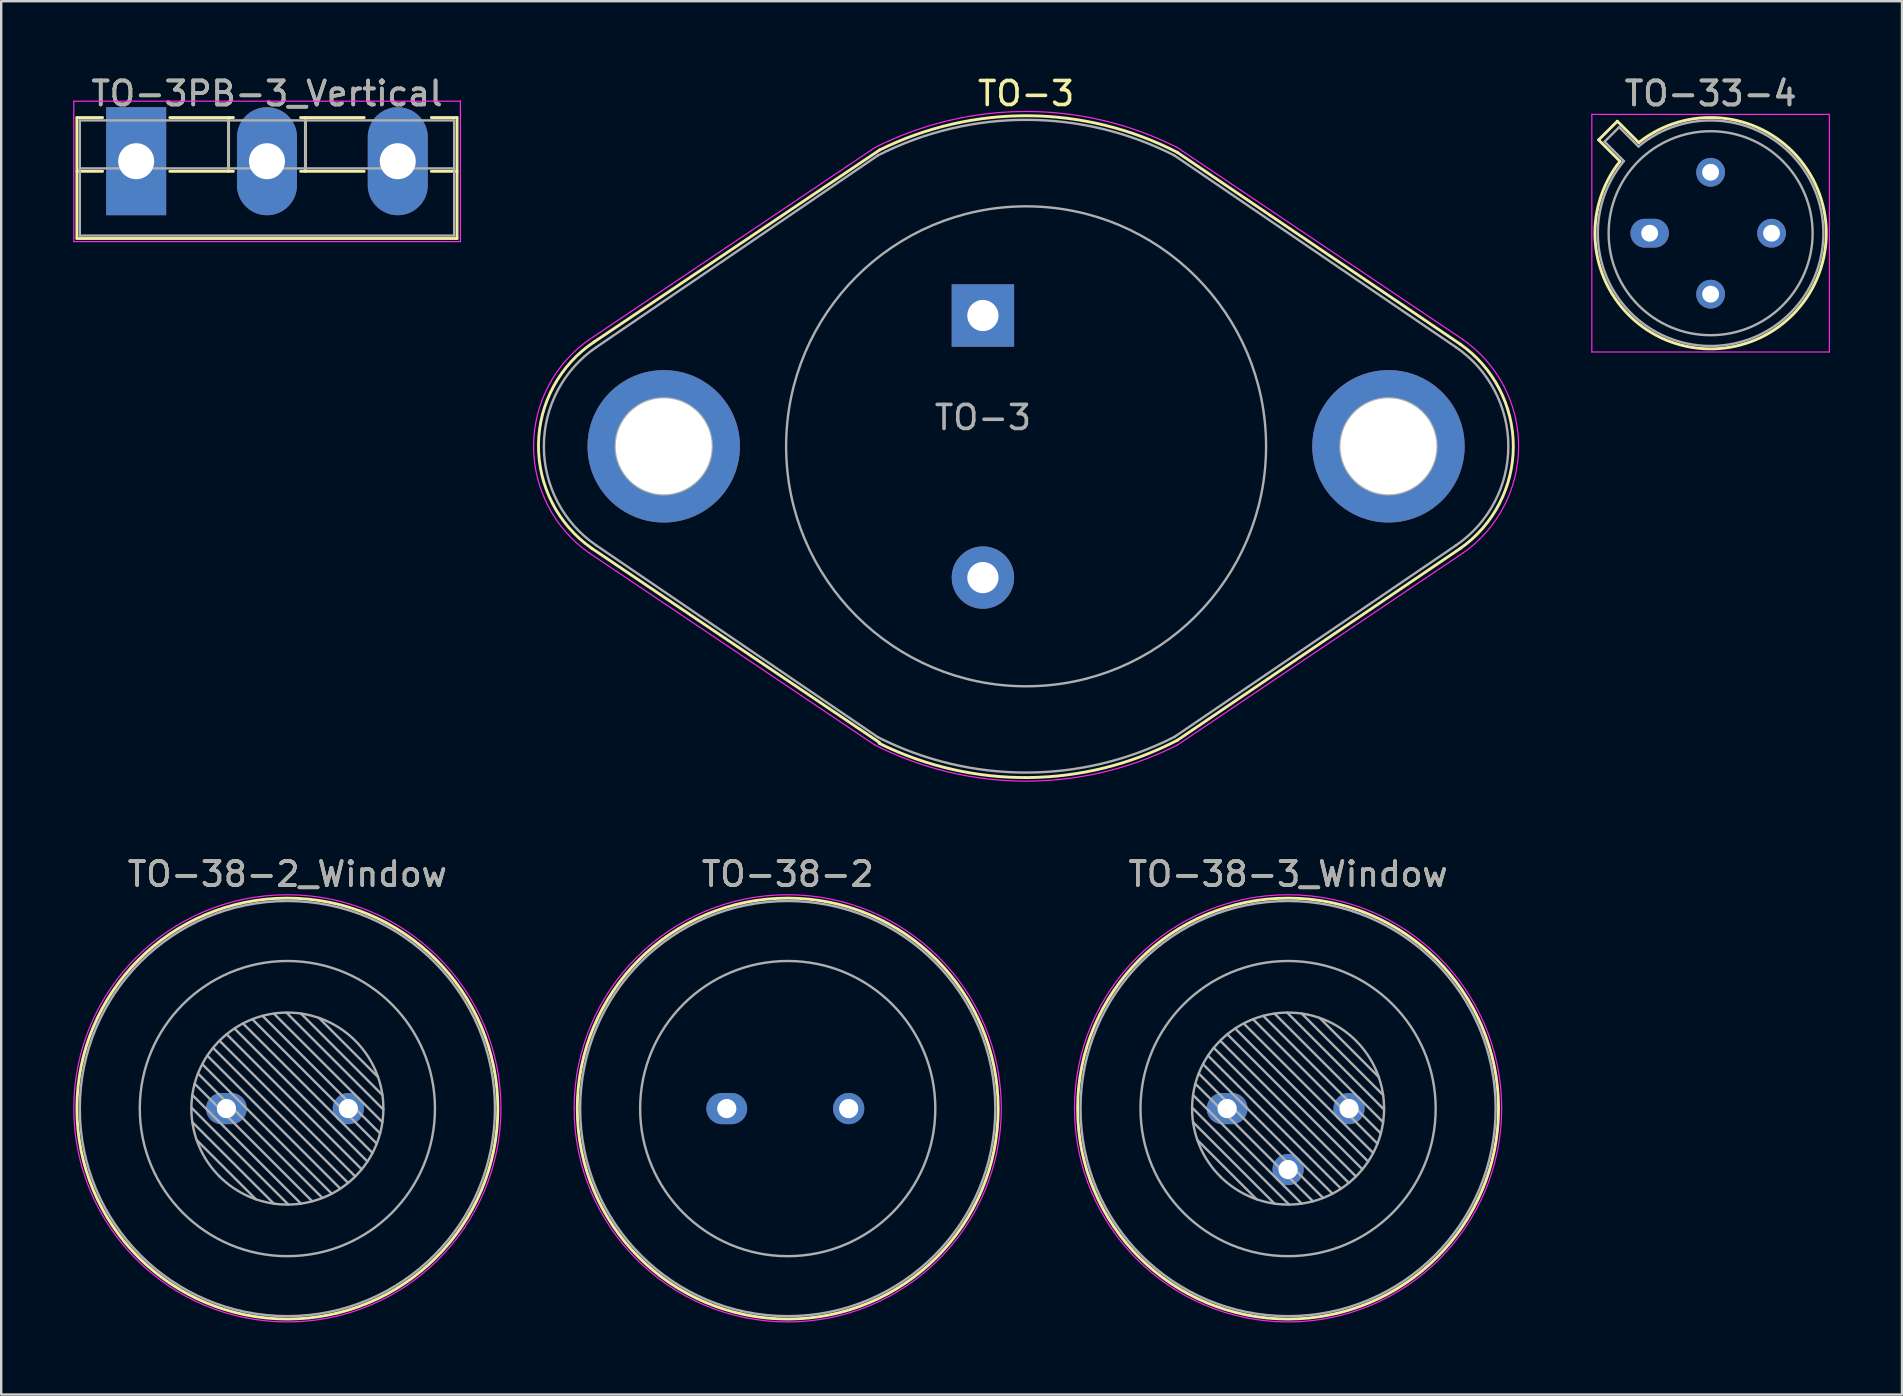
<source format=kicad_pcb>
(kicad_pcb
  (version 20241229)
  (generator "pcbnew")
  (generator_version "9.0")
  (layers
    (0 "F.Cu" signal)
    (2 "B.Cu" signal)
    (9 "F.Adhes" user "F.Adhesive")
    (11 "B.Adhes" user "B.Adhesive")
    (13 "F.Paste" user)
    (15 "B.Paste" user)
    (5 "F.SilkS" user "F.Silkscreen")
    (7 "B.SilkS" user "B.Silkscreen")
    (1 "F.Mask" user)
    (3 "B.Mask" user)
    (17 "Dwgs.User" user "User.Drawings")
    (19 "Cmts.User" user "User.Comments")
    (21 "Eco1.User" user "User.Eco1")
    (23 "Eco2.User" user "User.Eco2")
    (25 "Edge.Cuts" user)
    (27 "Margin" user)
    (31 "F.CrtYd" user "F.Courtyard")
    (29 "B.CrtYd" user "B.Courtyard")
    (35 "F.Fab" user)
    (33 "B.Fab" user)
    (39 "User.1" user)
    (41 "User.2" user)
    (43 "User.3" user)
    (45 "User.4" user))
  (footprint "TO-3"
    (layer "F.Cu")
    (at 37.908 10.098)
    (property "Reference" "TO-3" (at 1.8 -9.25 0) (layer "F.SilkS") (effects (font (size 1 1) (thickness 0.15))))
    (attr through_hole)
    (fp_line (start -4.3 -6.9) (end -16.2 1.1) (stroke (width 0.12) (type solid)) (layer "F.SilkS"))
    (fp_line (start -4.3 17.8) (end -16.3 9.7) (stroke (width 0.12) (type solid)) (layer "F.SilkS"))
    (fp_line (start 8.1 -6.8) (end 19.9 1.2) (stroke (width 0.12) (type solid)) (layer "F.SilkS"))
    (fp_line (start 8.1 17.7) (end 19.9 9.7) (stroke (width 0.12) (type solid)) (layer "F.SilkS"))
    (fp_arc (start -16.3 9.7) (mid -18.519226 5.373613) (end -16.2 1.1) (stroke (width 0.12) (type solid)) (layer "F.SilkS"))
    (fp_arc (start -4.3 -6.9) (mid 1.911888 -8.324079) (end 8.1 -6.8) (stroke (width 0.12) (type solid)) (layer "F.SilkS"))
    (fp_arc (start 8.1 17.7) (mid 1.90661 19.252956) (end -4.325 17.825) (stroke (width 0.12) (type solid)) (layer "F.SilkS"))
    (fp_arc (start 19.9 1.2) (mid 22.102158 5.45) (end 19.9 9.7) (stroke (width 0.12) (type solid)) (layer "F.SilkS"))
    (fp_line (start -4.5 -7) (end -16.4 1) (stroke (width 0.05) (type solid)) (layer "F.CrtYd"))
    (fp_line (start -4.5 17.9) (end -16.4 9.9) (stroke (width 0.05) (type solid)) (layer "F.CrtYd"))
    (fp_line (start 8.1 -7) (end 20 1) (stroke (width 0.05) (type solid)) (layer "F.CrtYd"))
    (fp_line (start 8.1 17.9) (end 20 9.9) (stroke (width 0.05) (type solid)) (layer "F.CrtYd"))
    (fp_arc (start -16.4 9.9) (mid -18.723326 5.45) (end -16.4 1) (stroke (width 0.05) (type solid)) (layer "F.CrtYd"))
    (fp_arc (start -4.5 -7) (mid 1.8 -8.503225) (end 8.1 -7) (stroke (width 0.05) (type solid)) (layer "F.CrtYd"))
    (fp_arc (start 8.1 17.9) (mid 1.8 19.403223) (end -4.5 17.9) (stroke (width 0.05) (type solid)) (layer "F.CrtYd"))
    (fp_arc (start 20 1) (mid 22.323325 5.45) (end 20 9.9) (stroke (width 0.05) (type solid)) (layer "F.CrtYd"))
    (fp_line (start -4.38 -6.67) (end -16.11 1.32) (stroke (width 0.1) (type solid)) (layer "F.Fab"))
    (fp_line (start -4.38 17.57) (end -16.11 9.58) (stroke (width 0.1) (type solid)) (layer "F.Fab"))
    (fp_line (start 7.98 -6.67) (end 19.71 1.32) (stroke (width 0.1) (type solid)) (layer "F.Fab"))
    (fp_line (start 7.98 17.56) (end 19.71 9.58) (stroke (width 0.1) (type solid)) (layer "F.Fab"))
    (fp_arc (start -16.11 9.58) (mid -18.295292 5.45) (end -16.11 1.32) (stroke (width 0.1) (type solid)) (layer "F.Fab"))
    (fp_arc (start -4.38 -6.67) (mid 1.8 -8.154661) (end 7.98 -6.67) (stroke (width 0.1) (type solid)) (layer "F.Fab"))
    (fp_arc (start 7.98 17.56) (mid 1.801197 19.045069) (end -4.38 17.57) (stroke (width 0.1) (type solid)) (layer "F.Fab"))
    (fp_arc (start 19.71 1.32) (mid 21.895289 5.45) (end 19.71 9.58) (stroke (width 0.1) (type solid)) (layer "F.Fab"))
    (fp_circle (center -13.3 5.45) (end -15.3 5.45) (stroke (width 0.1) (type solid)) (fill no) (layer "F.Fab"))
    (fp_circle (center 1.8 5.45) (end 11.8 5.45) (stroke (width 0.1) (type solid)) (fill no) (layer "F.Fab"))
    (fp_circle (center 16.9 5.45) (end 18.9 5.45) (stroke (width 0.1) (type solid)) (fill no) (layer "F.Fab"))
    (fp_text user "${REFERENCE}" (at 0 4.25 0) (layer "F.Fab") (effects (font (size 1 1) (thickness 0.15))))
    (pad "1" thru_hole rect (at 0 0) (size 2.6 2.6) (drill 1.3) (layers "*.Cu" "*.Mask"))
    (pad "2" thru_hole circle (at 0 10.92) (size 2.6 2.6) (drill 1.3) (layers "*.Cu" "*.Mask"))
    (pad "3" thru_hole circle (at -13.3 5.45) (size 6.35 6.35) (drill 4) (layers "*.Cu" "*.Mask"))
    (pad "3" thru_hole circle (at 16.9 5.45) (size 6.35 6.35) (drill 4) (layers "*.Cu" "*.Mask")))
  (footprint "TO-38-3_Window"
    (layer "F.Cu")
    (at 48.085 43.145)
    (property "Reference" "TO-38-3_Window" (at 2.54 -9.77 0) (layer "F.SilkS") (effects (font (size 1 1) (thickness 0.15))))
    (attr through_hole)
    (fp_circle (center 2.54 0) (end 11.31 0) (stroke (width 0.12) (type solid)) (fill no) (layer "F.SilkS"))
    (fp_circle (center 2.54 -0.01) (end 11.44 -0.01) (stroke (width 0.05) (type solid)) (fill no) (layer "F.CrtYd"))
    (fp_line (start -1.46 -0.041) (end 2.581 4) (stroke (width 0.1) (type solid)) (layer "F.Fab"))
    (fp_line (start -1.42 -0.566) (end 3.106 3.96) (stroke (width 0.1) (type solid)) (layer "F.Fab"))
    (fp_line (start -1.42 0.566) (end 1.974 3.96) (stroke (width 0.1) (type solid)) (layer "F.Fab"))
    (fp_line (start -1.324 -1.036) (end 3.576 3.864) (stroke (width 0.1) (type solid)) (layer "F.Fab"))
    (fp_line (start -1.239 1.313) (end 1.227 3.779) (stroke (width 0.1) (type solid)) (layer "F.Fab"))
    (fp_line (start -1.184 -1.461) (end 4.001 3.724) (stroke (width 0.1) (type solid)) (layer "F.Fab"))
    (fp_line (start -1.007 -1.85) (end 4.39 3.547) (stroke (width 0.1) (type solid)) (layer "F.Fab"))
    (fp_line (start -0.797 -2.206) (end 4.746 3.337) (stroke (width 0.1) (type solid)) (layer "F.Fab"))
    (fp_line (start -0.558 -2.532) (end 5.072 3.098) (stroke (width 0.1) (type solid)) (layer "F.Fab"))
    (fp_line (start -0.289 -2.829) (end 5.369 2.829) (stroke (width 0.1) (type solid)) (layer "F.Fab"))
    (fp_line (start -0.289 2.829) (end -0.289 2.829) (stroke (width 0.1) (type solid)) (layer "F.Fab"))
    (fp_line (start 0.008 -3.098) (end 5.638 2.532) (stroke (width 0.1) (type solid)) (layer "F.Fab"))
    (fp_line (start 0.334 -3.337) (end 5.877 2.206) (stroke (width 0.1) (type solid)) (layer "F.Fab"))
    (fp_line (start 0.69 -3.547) (end 6.087 1.85) (stroke (width 0.1) (type solid)) (layer "F.Fab"))
    (fp_line (start 1.079 -3.724) (end 6.264 1.461) (stroke (width 0.1) (type solid)) (layer "F.Fab"))
    (fp_line (start 1.504 -3.864) (end 6.404 1.036) (stroke (width 0.1) (type solid)) (layer "F.Fab"))
    (fp_line (start 1.974 -3.96) (end 6.5 0.566) (stroke (width 0.1) (type solid)) (layer "F.Fab"))
    (fp_line (start 2.499 -4) (end 6.54 0.041) (stroke (width 0.1) (type solid)) (layer "F.Fab"))
    (fp_line (start 3.106 -3.96) (end 6.5 -0.566) (stroke (width 0.1) (type solid)) (layer "F.Fab"))
    (fp_line (start 3.853 -3.779) (end 6.319 -1.313) (stroke (width 0.1) (type solid)) (layer "F.Fab"))
    (fp_circle (center 2.54 0) (end 6.54 0) (stroke (width 0.1) (type solid)) (fill no) (layer "F.Fab"))
    (fp_circle (center 2.54 0) (end 8.69 0) (stroke (width 0.1) (type solid)) (fill no) (layer "F.Fab"))
    (fp_circle (center 2.54 0) (end 11.19 0) (stroke (width 0.1) (type solid)) (fill no) (layer "F.Fab"))
    (fp_text user "${REFERENCE}" (at 2.54 -9.77 0) (layer "F.Fab") (effects (font (size 1 1) (thickness 0.15))))
    (pad "1" thru_hole oval (at 0 0) (size 1.7 1.3) (drill 0.8) (layers "*.Cu" "*.Mask"))
    (pad "2" thru_hole oval (at 2.54 2.54) (size 1.3 1.3) (drill 0.8) (layers "*.Cu" "*.Mask"))
    (pad "3" thru_hole oval (at 5.08 0) (size 1.3 1.3) (drill 0.8) (layers "*.Cu" "*.Mask")))
  (footprint "TO-38-2"
    (layer "F.Cu")
    (at 27.235 43.145)
    (property "Reference" "TO-38-2" (at 2.54 -9.77 0) (layer "F.SilkS") (effects (font (size 1 1) (thickness 0.15))))
    (attr through_hole)
    (fp_circle (center 2.54 0) (end 11.31 0) (stroke (width 0.12) (type solid)) (fill no) (layer "F.SilkS"))
    (fp_circle (center 2.54 -0.01) (end 11.44 -0.01) (stroke (width 0.05) (type solid)) (fill no) (layer "F.CrtYd"))
    (fp_circle (center 2.54 0) (end 8.69 0) (stroke (width 0.1) (type solid)) (fill no) (layer "F.Fab"))
    (fp_circle (center 2.54 0) (end 11.19 0) (stroke (width 0.1) (type solid)) (fill no) (layer "F.Fab"))
    (fp_text user "${REFERENCE}" (at 2.54 -9.77 0) (layer "F.Fab") (effects (font (size 1 1) (thickness 0.15))))
    (pad "1" thru_hole oval (at 0 0) (size 1.7 1.3) (drill 0.8) (layers "*.Cu" "*.Mask"))
    (pad "2" thru_hole oval (at 5.08 0) (size 1.3 1.3) (drill 0.8) (layers "*.Cu" "*.Mask")))
  (footprint "TO-33-4"
    (layer "F.Cu")
    (at 65.692 6.668)
    (property "Reference" "TO-33-4" (at 2.54 -5.82 0) (layer "F.SilkS") (effects (font (size 1 1) (thickness 0.15))))
    (attr through_hole)
    (fp_line (start -2.126 -3.888) (end -1.235 -2.997) (stroke (width 0.12) (type solid)) (layer "F.SilkS"))
    (fp_line (start -1.348 -4.666) (end -2.126 -3.888) (stroke (width 0.12) (type solid)) (layer "F.SilkS"))
    (fp_line (start -0.457 -3.775) (end -1.348 -4.666) (stroke (width 0.12) (type solid)) (layer "F.SilkS"))
    (fp_arc (start -0.457084 -3.774902) (mid 5.948125 3.408384) (end -1.234674 -2.997371) (stroke (width 0.12) (type solid)) (layer "F.SilkS"))
    (fp_line (start -2.41 -4.95) (end -2.41 4.95) (stroke (width 0.05) (type solid)) (layer "F.CrtYd"))
    (fp_line (start -2.41 4.95) (end 7.49 4.95) (stroke (width 0.05) (type solid)) (layer "F.CrtYd"))
    (fp_line (start 7.49 -4.95) (end -2.41 -4.95) (stroke (width 0.05) (type solid)) (layer "F.CrtYd"))
    (fp_line (start 7.49 4.95) (end 7.49 -4.95) (stroke (width 0.05) (type solid)) (layer "F.CrtYd"))
    (fp_line (start -1.88 -3.812) (end -1.074 -3.005) (stroke (width 0.1) (type solid)) (layer "F.Fab"))
    (fp_line (start -1.272 -4.42) (end -1.88 -3.812) (stroke (width 0.1) (type solid)) (layer "F.Fab"))
    (fp_line (start -0.465 -3.614) (end -1.272 -4.42) (stroke (width 0.1) (type solid)) (layer "F.Fab"))
    (fp_arc (start -0.465408 -3.61352) (mid 5.863443 3.323361) (end -1.073594 -3.005319) (stroke (width 0.1) (type solid)) (layer "F.Fab"))
    (fp_circle (center 2.54 0) (end 6.79 0) (stroke (width 0.1) (type solid)) (fill no) (layer "F.Fab"))
    (fp_text user "${REFERENCE}" (at 2.54 -5.82 0) (layer "F.Fab") (effects (font (size 1 1) (thickness 0.15))))
    (pad "1" thru_hole oval (at 0 0) (size 1.6 1.2) (drill 0.7) (layers "*.Cu" "*.Mask"))
    (pad "2" thru_hole oval (at 2.54 2.54) (size 1.2 1.2) (drill 0.7) (layers "*.Cu" "*.Mask"))
    (pad "3" thru_hole oval (at 5.08 0) (size 1.2 1.2) (drill 0.7) (layers "*.Cu" "*.Mask"))
    (pad "4" thru_hole oval (at 2.54 -2.54) (size 1.2 1.2) (drill 0.7) (layers "*.Cu" "*.Mask")))
  (footprint "TO-38-2_Window"
    (layer "F.Cu")
    (at 6.385 43.145)
    (property "Reference" "TO-38-2_Window" (at 2.54 -9.77 0) (layer "F.SilkS") (effects (font (size 1 1) (thickness 0.15))))
    (attr through_hole)
    (fp_circle (center 2.54 0) (end 11.31 0) (stroke (width 0.12) (type solid)) (fill no) (layer "F.SilkS"))
    (fp_circle (center 2.54 -0.01) (end 11.44 -0.01) (stroke (width 0.05) (type solid)) (fill no) (layer "F.CrtYd"))
    (fp_line (start -1.46 -0.041) (end 2.581 4) (stroke (width 0.1) (type solid)) (layer "F.Fab"))
    (fp_line (start -1.42 -0.566) (end 3.106 3.96) (stroke (width 0.1) (type solid)) (layer "F.Fab"))
    (fp_line (start -1.42 0.566) (end 1.974 3.96) (stroke (width 0.1) (type solid)) (layer "F.Fab"))
    (fp_line (start -1.324 -1.036) (end 3.576 3.864) (stroke (width 0.1) (type solid)) (layer "F.Fab"))
    (fp_line (start -1.239 1.313) (end 1.227 3.779) (stroke (width 0.1) (type solid)) (layer "F.Fab"))
    (fp_line (start -1.184 -1.461) (end 4.001 3.724) (stroke (width 0.1) (type solid)) (layer "F.Fab"))
    (fp_line (start -1.007 -1.85) (end 4.39 3.547) (stroke (width 0.1) (type solid)) (layer "F.Fab"))
    (fp_line (start -0.797 -2.206) (end 4.746 3.337) (stroke (width 0.1) (type solid)) (layer "F.Fab"))
    (fp_line (start -0.558 -2.532) (end 5.072 3.098) (stroke (width 0.1) (type solid)) (layer "F.Fab"))
    (fp_line (start -0.289 -2.829) (end 5.369 2.829) (stroke (width 0.1) (type solid)) (layer "F.Fab"))
    (fp_line (start -0.289 2.829) (end -0.289 2.829) (stroke (width 0.1) (type solid)) (layer "F.Fab"))
    (fp_line (start 0.008 -3.098) (end 5.638 2.532) (stroke (width 0.1) (type solid)) (layer "F.Fab"))
    (fp_line (start 0.334 -3.337) (end 5.877 2.206) (stroke (width 0.1) (type solid)) (layer "F.Fab"))
    (fp_line (start 0.69 -3.547) (end 6.087 1.85) (stroke (width 0.1) (type solid)) (layer "F.Fab"))
    (fp_line (start 1.079 -3.724) (end 6.264 1.461) (stroke (width 0.1) (type solid)) (layer "F.Fab"))
    (fp_line (start 1.504 -3.864) (end 6.404 1.036) (stroke (width 0.1) (type solid)) (layer "F.Fab"))
    (fp_line (start 1.974 -3.96) (end 6.5 0.566) (stroke (width 0.1) (type solid)) (layer "F.Fab"))
    (fp_line (start 2.499 -4) (end 6.54 0.041) (stroke (width 0.1) (type solid)) (layer "F.Fab"))
    (fp_line (start 3.106 -3.96) (end 6.5 -0.566) (stroke (width 0.1) (type solid)) (layer "F.Fab"))
    (fp_line (start 3.853 -3.779) (end 6.319 -1.313) (stroke (width 0.1) (type solid)) (layer "F.Fab"))
    (fp_circle (center 2.54 0) (end 6.54 0) (stroke (width 0.1) (type solid)) (fill no) (layer "F.Fab"))
    (fp_circle (center 2.54 0) (end 8.69 0) (stroke (width 0.1) (type solid)) (fill no) (layer "F.Fab"))
    (fp_circle (center 2.54 0) (end 11.19 0) (stroke (width 0.1) (type solid)) (fill no) (layer "F.Fab"))
    (fp_text user "${REFERENCE}" (at 2.54 -9.77 0) (layer "F.Fab") (effects (font (size 1 1) (thickness 0.15))))
    (pad "1" thru_hole oval (at 0 0) (size 1.7 1.3) (drill 0.8) (layers "*.Cu" "*.Mask"))
    (pad "2" thru_hole oval (at 5.08 0) (size 1.3 1.3) (drill 0.8) (layers "*.Cu" "*.Mask")))
  (footprint "TO-3PB-3_Vertical"
    (layer "F.Cu")
    (at 2.625 3.668)
    (property "Reference" "TO-3PB-3_Vertical" (at 5.45 -2.82 0) (layer "F.SilkS") (effects (font (size 1 1) (thickness 0.15))))
    (attr through_hole)
    (fp_line (start -2.47 -1.82) (end -2.47 3.22) (stroke (width 0.12) (type solid)) (layer "F.SilkS"))
    (fp_line (start -2.47 -1.82) (end -1.4 -1.82) (stroke (width 0.12) (type solid)) (layer "F.SilkS"))
    (fp_line (start -2.47 0.421) (end -1.4 0.421) (stroke (width 0.12) (type solid)) (layer "F.SilkS"))
    (fp_line (start -2.47 3.22) (end 13.37 3.22) (stroke (width 0.12) (type solid)) (layer "F.SilkS"))
    (fp_line (start 1.4 -1.82) (end 4.051 -1.82) (stroke (width 0.12) (type solid)) (layer "F.SilkS"))
    (fp_line (start 1.4 0.421) (end 4.051 0.421) (stroke (width 0.12) (type solid)) (layer "F.SilkS"))
    (fp_line (start 3.85 -1.82) (end 3.85 0.421) (stroke (width 0.12) (type solid)) (layer "F.SilkS"))
    (fp_line (start 6.85 -1.82) (end 9.5 -1.82) (stroke (width 0.12) (type solid)) (layer "F.SilkS"))
    (fp_line (start 6.85 0.421) (end 9.5 0.421) (stroke (width 0.12) (type solid)) (layer "F.SilkS"))
    (fp_line (start 7.051 -1.82) (end 7.051 0.421) (stroke (width 0.12) (type solid)) (layer "F.SilkS"))
    (fp_line (start 12.3 -1.82) (end 13.37 -1.82) (stroke (width 0.12) (type solid)) (layer "F.SilkS"))
    (fp_line (start 12.3 0.421) (end 13.37 0.421) (stroke (width 0.12) (type solid)) (layer "F.SilkS"))
    (fp_line (start 13.37 -1.82) (end 13.37 3.22) (stroke (width 0.12) (type solid)) (layer "F.SilkS"))
    (fp_line (start -2.6 -2.5) (end -2.6 3.35) (stroke (width 0.05) (type solid)) (layer "F.CrtYd"))
    (fp_line (start -2.6 3.35) (end 13.51 3.35) (stroke (width 0.05) (type solid)) (layer "F.CrtYd"))
    (fp_line (start 13.51 -2.5) (end -2.6 -2.5) (stroke (width 0.05) (type solid)) (layer "F.CrtYd"))
    (fp_line (start 13.51 3.35) (end 13.51 -2.5) (stroke (width 0.05) (type solid)) (layer "F.CrtYd"))
    (fp_line (start -2.35 -1.7) (end -2.35 3.1) (stroke (width 0.1) (type solid)) (layer "F.Fab"))
    (fp_line (start -2.35 0.3) (end 13.25 0.3) (stroke (width 0.1) (type solid)) (layer "F.Fab"))
    (fp_line (start -2.35 3.1) (end 13.25 3.1) (stroke (width 0.1) (type solid)) (layer "F.Fab"))
    (fp_line (start 3.85 -1.7) (end 3.85 0.3) (stroke (width 0.1) (type solid)) (layer "F.Fab"))
    (fp_line (start 7.05 -1.7) (end 7.05 0.3) (stroke (width 0.1) (type solid)) (layer "F.Fab"))
    (fp_line (start 13.25 -1.7) (end -2.35 -1.7) (stroke (width 0.1) (type solid)) (layer "F.Fab"))
    (fp_line (start 13.25 3.1) (end 13.25 -1.7) (stroke (width 0.1) (type solid)) (layer "F.Fab"))
    (fp_text user "${REFERENCE}" (at 5.45 -2.82 0) (layer "F.Fab") (effects (font (size 1 1) (thickness 0.15))))
    (pad "1" thru_hole rect (at 0 0) (size 2.5 4.5) (drill 1.5) (layers "*.Cu" "*.Mask"))
    (pad "2" thru_hole oval (at 5.45 0) (size 2.5 4.5) (drill 1.5) (layers "*.Cu" "*.Mask"))
    (pad "3" thru_hole oval (at 10.9 0) (size 2.5 4.5) (drill 1.5) (layers "*.Cu" "*.Mask")))
  (gr_rect
    (start -3 -3)
    (end 76.207 55.06)
    (stroke (width 0.1) (type default))
    (fill no)
    (layer "Edge.Cuts")))
</source>
